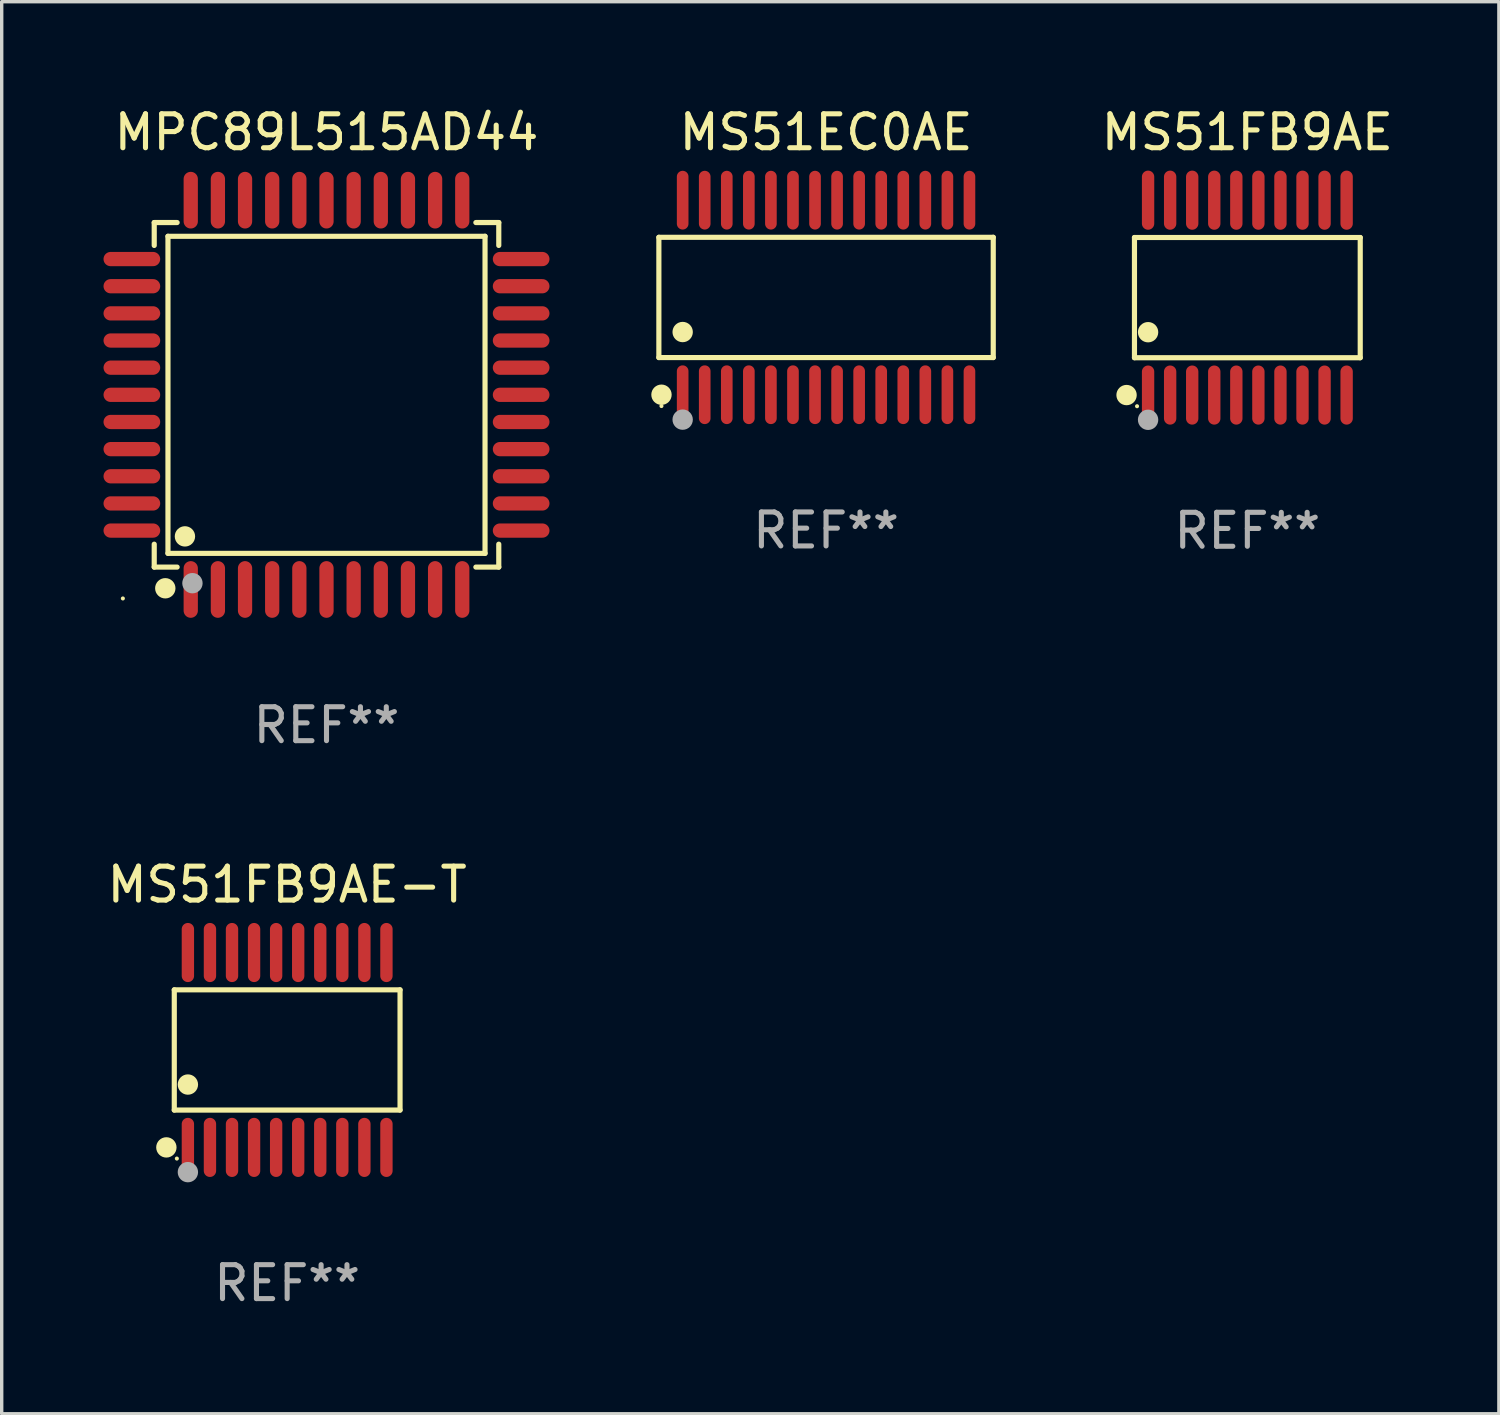
<source format=kicad_pcb>
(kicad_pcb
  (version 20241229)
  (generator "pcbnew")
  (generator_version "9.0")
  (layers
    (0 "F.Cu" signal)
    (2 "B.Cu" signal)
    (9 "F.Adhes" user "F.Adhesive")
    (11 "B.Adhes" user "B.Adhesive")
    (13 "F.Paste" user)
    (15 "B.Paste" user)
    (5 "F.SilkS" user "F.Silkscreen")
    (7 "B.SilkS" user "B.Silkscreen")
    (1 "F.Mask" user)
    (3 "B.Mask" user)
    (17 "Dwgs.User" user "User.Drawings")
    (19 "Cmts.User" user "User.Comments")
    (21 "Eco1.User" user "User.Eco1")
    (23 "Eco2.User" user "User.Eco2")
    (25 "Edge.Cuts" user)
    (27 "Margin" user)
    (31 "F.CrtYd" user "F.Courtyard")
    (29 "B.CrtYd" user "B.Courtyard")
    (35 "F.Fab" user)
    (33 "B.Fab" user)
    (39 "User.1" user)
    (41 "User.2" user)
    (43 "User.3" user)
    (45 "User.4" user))
  (footprint "MS51EC0AE"
    (layer "F.Cu")
    (at 21.289 5.714)
    (property "Reference" "MS51EC0AE" (at 0 -4.866 0) (layer "F.SilkS") (effects (font (size 1 1) (thickness 0.15))))
    (attr through_hole)
    (fp_line (start -4.926 -1.772) (end 4.926 -1.772) (stroke (width 0.152) (type solid)) (layer "F.SilkS"))
    (fp_line (start -4.926 1.771) (end -4.926 -1.772) (stroke (width 0.152) (type solid)) (layer "F.SilkS"))
    (fp_line (start 4.926 -1.772) (end 4.926 1.771) (stroke (width 0.152) (type solid)) (layer "F.SilkS"))
    (fp_line (start 4.926 1.771) (end -4.926 1.771) (stroke (width 0.152) (type solid)) (layer "F.SilkS"))
    (fp_circle (center -4.85 3.2) (end -4.82 3.2) (stroke (width 0.06) (type solid)) (fill no) (layer "F.SilkS"))
    (fp_circle (center -4.849 2.866) (end -4.699 2.866) (stroke (width 0.3) (type solid)) (fill no) (layer "F.SilkS"))
    (fp_circle (center -4.225 1.019) (end -4.075 1.019) (stroke (width 0.3) (type solid)) (fill no) (layer "F.SilkS"))
    (fp_circle (center -4.225 3.6) (end -4.075 3.6) (stroke (width 0.3) (type solid)) (fill no) (layer "F.Fab"))
    (fp_text user "REF**" (at 0 6.866 0) (layer "F.Fab") (effects (font (size 1 1) (thickness 0.15))))
    (pad "1" smd oval (at -4.225 2.866) (size 0.343 1.731) (layers "F.Cu" "F.Mask" "F.Paste"))
    (pad "2" smd oval (at -3.575 2.866) (size 0.343 1.731) (layers "F.Cu" "F.Mask" "F.Paste"))
    (pad "3" smd oval (at -2.925 2.866) (size 0.343 1.731) (layers "F.Cu" "F.Mask" "F.Paste"))
    (pad "4" smd oval (at -2.275 2.866) (size 0.343 1.731) (layers "F.Cu" "F.Mask" "F.Paste"))
    (pad "5" smd oval (at -1.625 2.866) (size 0.343 1.731) (layers "F.Cu" "F.Mask" "F.Paste"))
    (pad "6" smd oval (at -0.975 2.866) (size 0.343 1.731) (layers "F.Cu" "F.Mask" "F.Paste"))
    (pad "7" smd oval (at -0.325 2.866) (size 0.343 1.731) (layers "F.Cu" "F.Mask" "F.Paste"))
    (pad "8" smd oval (at 0.325 2.866) (size 0.343 1.731) (layers "F.Cu" "F.Mask" "F.Paste"))
    (pad "9" smd oval (at 0.975 2.866) (size 0.343 1.731) (layers "F.Cu" "F.Mask" "F.Paste"))
    (pad "10" smd oval (at 1.625 2.866) (size 0.343 1.731) (layers "F.Cu" "F.Mask" "F.Paste"))
    (pad "11" smd oval (at 2.275 2.866) (size 0.343 1.731) (layers "F.Cu" "F.Mask" "F.Paste"))
    (pad "12" smd oval (at 2.925 2.866) (size 0.343 1.731) (layers "F.Cu" "F.Mask" "F.Paste"))
    (pad "13" smd oval (at 3.575 2.866) (size 0.343 1.731) (layers "F.Cu" "F.Mask" "F.Paste"))
    (pad "14" smd oval (at 4.225 2.866) (size 0.343 1.731) (layers "F.Cu" "F.Mask" "F.Paste"))
    (pad "15" smd oval (at 4.225 -2.866) (size 0.343 1.731) (layers "F.Cu" "F.Mask" "F.Paste"))
    (pad "16" smd oval (at 3.575 -2.866) (size 0.343 1.731) (layers "F.Cu" "F.Mask" "F.Paste"))
    (pad "17" smd oval (at 2.925 -2.866) (size 0.343 1.731) (layers "F.Cu" "F.Mask" "F.Paste"))
    (pad "18" smd oval (at 2.275 -2.866) (size 0.343 1.731) (layers "F.Cu" "F.Mask" "F.Paste"))
    (pad "19" smd oval (at 1.625 -2.866) (size 0.343 1.731) (layers "F.Cu" "F.Mask" "F.Paste"))
    (pad "20" smd oval (at 0.975 -2.866) (size 0.343 1.731) (layers "F.Cu" "F.Mask" "F.Paste"))
    (pad "21" smd oval (at 0.325 -2.866) (size 0.343 1.731) (layers "F.Cu" "F.Mask" "F.Paste"))
    (pad "22" smd oval (at -0.325 -2.866) (size 0.343 1.731) (layers "F.Cu" "F.Mask" "F.Paste"))
    (pad "23" smd oval (at -0.975 -2.866) (size 0.343 1.731) (layers "F.Cu" "F.Mask" "F.Paste"))
    (pad "24" smd oval (at -1.625 -2.866) (size 0.343 1.731) (layers "F.Cu" "F.Mask" "F.Paste"))
    (pad "25" smd oval (at -2.275 -2.866) (size 0.343 1.731) (layers "F.Cu" "F.Mask" "F.Paste"))
    (pad "26" smd oval (at -2.925 -2.866) (size 0.343 1.731) (layers "F.Cu" "F.Mask" "F.Paste"))
    (pad "27" smd oval (at -3.575 -2.866) (size 0.343 1.731) (layers "F.Cu" "F.Mask" "F.Paste"))
    (pad "28" smd oval (at -4.225 -2.866) (size 0.343 1.731) (layers "F.Cu" "F.Mask" "F.Paste")))
  (footprint "MPC89L515AD44"
    (layer "F.Cu")
    (at 6.57 8.583)
    (property "Reference" "MPC89L515AD44" (at 0 -7.735 0) (layer "F.SilkS") (effects (font (size 1 1) (thickness 0.15))))
    (attr through_hole)
    (fp_line (start -5.076 -5.076) (end -4.401 -5.076) (stroke (width 0.152) (type solid)) (layer "F.SilkS"))
    (fp_line (start -5.076 -4.401) (end -5.076 -5.076) (stroke (width 0.152) (type solid)) (layer "F.SilkS"))
    (fp_line (start -5.076 4.401) (end -5.076 5.076) (stroke (width 0.152) (type solid)) (layer "F.SilkS"))
    (fp_line (start -5.076 5.076) (end -4.401 5.076) (stroke (width 0.152) (type solid)) (layer "F.SilkS"))
    (fp_line (start -4.671 -4.671) (end 4.671 -4.671) (stroke (width 0.152) (type solid)) (layer "F.SilkS"))
    (fp_line (start -4.671 4.671) (end -4.671 -4.671) (stroke (width 0.152) (type solid)) (layer "F.SilkS"))
    (fp_line (start 4.671 -4.671) (end 4.671 4.671) (stroke (width 0.152) (type solid)) (layer "F.SilkS"))
    (fp_line (start 4.671 4.671) (end -4.671 4.671) (stroke (width 0.152) (type solid)) (layer "F.SilkS"))
    (fp_line (start 5.076 -5.076) (end 4.401 -5.076) (stroke (width 0.152) (type solid)) (layer "F.SilkS"))
    (fp_line (start 5.076 -4.401) (end 5.076 -5.076) (stroke (width 0.152) (type solid)) (layer "F.SilkS"))
    (fp_line (start 5.076 4.401) (end 5.076 5.076) (stroke (width 0.152) (type solid)) (layer "F.SilkS"))
    (fp_line (start 5.076 5.076) (end 4.401 5.076) (stroke (width 0.152) (type solid)) (layer "F.SilkS"))
    (fp_circle (center -6 6) (end -5.97 6) (stroke (width 0.06) (type solid)) (fill no) (layer "F.SilkS"))
    (fp_circle (center -4.75 5.7) (end -4.6 5.7) (stroke (width 0.3) (type solid)) (fill no) (layer "F.SilkS"))
    (fp_circle (center -4.171 4.171) (end -4.021 4.171) (stroke (width 0.3) (type solid)) (fill no) (layer "F.SilkS"))
    (fp_circle (center -3.95 5.55) (end -3.8 5.55) (stroke (width 0.3) (type solid)) (fill no) (layer "F.Fab"))
    (fp_text user "REF**" (at 0 9.735 0) (layer "F.Fab") (effects (font (size 1 1) (thickness 0.15))))
    (pad "1" smd oval (at -4 5.735) (size 0.42 1.67) (layers "F.Cu" "F.Mask" "F.Paste"))
    (pad "2" smd oval (at -3.2 5.735) (size 0.42 1.67) (layers "F.Cu" "F.Mask" "F.Paste"))
    (pad "3" smd oval (at -2.4 5.735) (size 0.42 1.67) (layers "F.Cu" "F.Mask" "F.Paste"))
    (pad "4" smd oval (at -1.6 5.735) (size 0.42 1.67) (layers "F.Cu" "F.Mask" "F.Paste"))
    (pad "5" smd oval (at -0.8 5.735) (size 0.42 1.67) (layers "F.Cu" "F.Mask" "F.Paste"))
    (pad "6" smd oval (at 0 5.735) (size 0.42 1.67) (layers "F.Cu" "F.Mask" "F.Paste"))
    (pad "7" smd oval (at 0.8 5.735) (size 0.42 1.67) (layers "F.Cu" "F.Mask" "F.Paste"))
    (pad "8" smd oval (at 1.6 5.735) (size 0.42 1.67) (layers "F.Cu" "F.Mask" "F.Paste"))
    (pad "9" smd oval (at 2.4 5.735) (size 0.42 1.67) (layers "F.Cu" "F.Mask" "F.Paste"))
    (pad "10" smd oval (at 3.2 5.735) (size 0.42 1.67) (layers "F.Cu" "F.Mask" "F.Paste"))
    (pad "11" smd oval (at 4 5.735) (size 0.42 1.67) (layers "F.Cu" "F.Mask" "F.Paste"))
    (pad "12" smd oval (at 5.735 4) (size 1.67 0.42) (layers "F.Cu" "F.Mask" "F.Paste"))
    (pad "13" smd oval (at 5.735 3.2) (size 1.67 0.42) (layers "F.Cu" "F.Mask" "F.Paste"))
    (pad "14" smd oval (at 5.735 2.4) (size 1.67 0.42) (layers "F.Cu" "F.Mask" "F.Paste"))
    (pad "15" smd oval (at 5.735 1.6) (size 1.67 0.42) (layers "F.Cu" "F.Mask" "F.Paste"))
    (pad "16" smd oval (at 5.735 0.8) (size 1.67 0.42) (layers "F.Cu" "F.Mask" "F.Paste"))
    (pad "17" smd oval (at 5.735 0) (size 1.67 0.42) (layers "F.Cu" "F.Mask" "F.Paste"))
    (pad "18" smd oval (at 5.735 -0.8) (size 1.67 0.42) (layers "F.Cu" "F.Mask" "F.Paste"))
    (pad "19" smd oval (at 5.735 -1.6) (size 1.67 0.42) (layers "F.Cu" "F.Mask" "F.Paste"))
    (pad "20" smd oval (at 5.735 -2.4) (size 1.67 0.42) (layers "F.Cu" "F.Mask" "F.Paste"))
    (pad "21" smd oval (at 5.735 -3.2) (size 1.67 0.42) (layers "F.Cu" "F.Mask" "F.Paste"))
    (pad "22" smd oval (at 5.735 -4) (size 1.67 0.42) (layers "F.Cu" "F.Mask" "F.Paste"))
    (pad "23" smd oval (at 4 -5.735) (size 0.42 1.67) (layers "F.Cu" "F.Mask" "F.Paste"))
    (pad "24" smd oval (at 3.2 -5.735) (size 0.42 1.67) (layers "F.Cu" "F.Mask" "F.Paste"))
    (pad "25" smd oval (at 2.4 -5.735) (size 0.42 1.67) (layers "F.Cu" "F.Mask" "F.Paste"))
    (pad "26" smd oval (at 1.6 -5.735) (size 0.42 1.67) (layers "F.Cu" "F.Mask" "F.Paste"))
    (pad "27" smd oval (at 0.8 -5.735) (size 0.42 1.67) (layers "F.Cu" "F.Mask" "F.Paste"))
    (pad "28" smd oval (at 0 -5.735) (size 0.42 1.67) (layers "F.Cu" "F.Mask" "F.Paste"))
    (pad "29" smd oval (at -0.8 -5.735) (size 0.42 1.67) (layers "F.Cu" "F.Mask" "F.Paste"))
    (pad "30" smd oval (at -1.6 -5.735) (size 0.42 1.67) (layers "F.Cu" "F.Mask" "F.Paste"))
    (pad "31" smd oval (at -2.4 -5.735) (size 0.42 1.67) (layers "F.Cu" "F.Mask" "F.Paste"))
    (pad "32" smd oval (at -3.2 -5.735) (size 0.42 1.67) (layers "F.Cu" "F.Mask" "F.Paste"))
    (pad "33" smd oval (at -4 -5.735) (size 0.42 1.67) (layers "F.Cu" "F.Mask" "F.Paste"))
    (pad "34" smd oval (at -5.735 -4) (size 1.67 0.42) (layers "F.Cu" "F.Mask" "F.Paste"))
    (pad "35" smd oval (at -5.735 -3.2) (size 1.67 0.42) (layers "F.Cu" "F.Mask" "F.Paste"))
    (pad "36" smd oval (at -5.735 -2.4) (size 1.67 0.42) (layers "F.Cu" "F.Mask" "F.Paste"))
    (pad "37" smd oval (at -5.735 -1.6) (size 1.67 0.42) (layers "F.Cu" "F.Mask" "F.Paste"))
    (pad "38" smd oval (at -5.735 -0.8) (size 1.67 0.42) (layers "F.Cu" "F.Mask" "F.Paste"))
    (pad "39" smd oval (at -5.735 0) (size 1.67 0.42) (layers "F.Cu" "F.Mask" "F.Paste"))
    (pad "40" smd oval (at -5.735 0.8) (size 1.67 0.42) (layers "F.Cu" "F.Mask" "F.Paste"))
    (pad "41" smd oval (at -5.735 1.6) (size 1.67 0.42) (layers "F.Cu" "F.Mask" "F.Paste"))
    (pad "42" smd oval (at -5.735 2.4) (size 1.67 0.42) (layers "F.Cu" "F.Mask" "F.Paste"))
    (pad "43" smd oval (at -5.735 3.2) (size 1.67 0.42) (layers "F.Cu" "F.Mask" "F.Paste"))
    (pad "44" smd oval (at -5.735 4) (size 1.67 0.42) (layers "F.Cu" "F.Mask" "F.Paste")))
  (footprint "MS51FB9AE"
    (layer "F.Cu")
    (at 33.702 5.719)
    (property "Reference" "MS51FB9AE" (at 0 -4.871 0) (layer "F.SilkS") (effects (font (size 1 1) (thickness 0.15))))
    (attr through_hole)
    (fp_line (start -3.326 -1.771) (end 3.326 -1.771) (stroke (width 0.152) (type solid)) (layer "F.SilkS"))
    (fp_line (start -3.326 1.771) (end -3.326 -1.771) (stroke (width 0.152) (type solid)) (layer "F.SilkS"))
    (fp_line (start 3.326 -1.771) (end 3.326 1.771) (stroke (width 0.152) (type solid)) (layer "F.SilkS"))
    (fp_line (start 3.326 1.771) (end -3.326 1.771) (stroke (width 0.152) (type solid)) (layer "F.SilkS"))
    (fp_circle (center -3.559 2.871) (end -3.409 2.871) (stroke (width 0.3) (type solid)) (fill no) (layer "F.SilkS"))
    (fp_circle (center -3.25 3.2) (end -3.22 3.2) (stroke (width 0.06) (type solid)) (fill no) (layer "F.SilkS"))
    (fp_circle (center -2.925 1.019) (end -2.775 1.019) (stroke (width 0.3) (type solid)) (fill no) (layer "F.SilkS"))
    (fp_circle (center -2.925 3.6) (end -2.775 3.6) (stroke (width 0.3) (type solid)) (fill no) (layer "F.Fab"))
    (fp_text user "REF**" (at 0 6.871 0) (layer "F.Fab") (effects (font (size 1 1) (thickness 0.15))))
    (pad "1" smd oval (at -2.925 2.871) (size 0.364 1.742) (layers "F.Cu" "F.Mask" "F.Paste"))
    (pad "2" smd oval (at -2.275 2.871) (size 0.364 1.742) (layers "F.Cu" "F.Mask" "F.Paste"))
    (pad "3" smd oval (at -1.625 2.871) (size 0.364 1.742) (layers "F.Cu" "F.Mask" "F.Paste"))
    (pad "4" smd oval (at -0.975 2.871) (size 0.364 1.742) (layers "F.Cu" "F.Mask" "F.Paste"))
    (pad "5" smd oval (at -0.325 2.871) (size 0.364 1.742) (layers "F.Cu" "F.Mask" "F.Paste"))
    (pad "6" smd oval (at 0.325 2.871) (size 0.364 1.742) (layers "F.Cu" "F.Mask" "F.Paste"))
    (pad "7" smd oval (at 0.975 2.871) (size 0.364 1.742) (layers "F.Cu" "F.Mask" "F.Paste"))
    (pad "8" smd oval (at 1.625 2.871) (size 0.364 1.742) (layers "F.Cu" "F.Mask" "F.Paste"))
    (pad "9" smd oval (at 2.275 2.871) (size 0.364 1.742) (layers "F.Cu" "F.Mask" "F.Paste"))
    (pad "10" smd oval (at 2.925 2.871) (size 0.364 1.742) (layers "F.Cu" "F.Mask" "F.Paste"))
    (pad "11" smd oval (at 2.925 -2.871) (size 0.364 1.742) (layers "F.Cu" "F.Mask" "F.Paste"))
    (pad "12" smd oval (at 2.275 -2.871) (size 0.364 1.742) (layers "F.Cu" "F.Mask" "F.Paste"))
    (pad "13" smd oval (at 1.625 -2.871) (size 0.364 1.742) (layers "F.Cu" "F.Mask" "F.Paste"))
    (pad "14" smd oval (at 0.975 -2.871) (size 0.364 1.742) (layers "F.Cu" "F.Mask" "F.Paste"))
    (pad "15" smd oval (at 0.325 -2.871) (size 0.364 1.742) (layers "F.Cu" "F.Mask" "F.Paste"))
    (pad "16" smd oval (at -0.325 -2.871) (size 0.364 1.742) (layers "F.Cu" "F.Mask" "F.Paste"))
    (pad "17" smd oval (at -0.975 -2.871) (size 0.364 1.742) (layers "F.Cu" "F.Mask" "F.Paste"))
    (pad "18" smd oval (at -1.625 -2.871) (size 0.364 1.742) (layers "F.Cu" "F.Mask" "F.Paste"))
    (pad "19" smd oval (at -2.275 -2.871) (size 0.364 1.742) (layers "F.Cu" "F.Mask" "F.Paste"))
    (pad "20" smd oval (at -2.925 -2.871) (size 0.364 1.742) (layers "F.Cu" "F.Mask" "F.Paste")))
  (footprint "MS51FB9AE-T"
    (layer "F.Cu")
    (at 5.411 27.886)
    (property "Reference" "MS51FB9AE-T" (at 0 -4.871 0) (layer "F.SilkS") (effects (font (size 1 1) (thickness 0.15))))
    (attr through_hole)
    (fp_line (start -3.326 -1.771) (end 3.326 -1.771) (stroke (width 0.152) (type solid)) (layer "F.SilkS"))
    (fp_line (start -3.326 1.771) (end -3.326 -1.771) (stroke (width 0.152) (type solid)) (layer "F.SilkS"))
    (fp_line (start 3.326 -1.771) (end 3.326 1.771) (stroke (width 0.152) (type solid)) (layer "F.SilkS"))
    (fp_line (start 3.326 1.771) (end -3.326 1.771) (stroke (width 0.152) (type solid)) (layer "F.SilkS"))
    (fp_circle (center -3.559 2.871) (end -3.409 2.871) (stroke (width 0.3) (type solid)) (fill no) (layer "F.SilkS"))
    (fp_circle (center -3.25 3.2) (end -3.22 3.2) (stroke (width 0.06) (type solid)) (fill no) (layer "F.SilkS"))
    (fp_circle (center -2.925 1.019) (end -2.775 1.019) (stroke (width 0.3) (type solid)) (fill no) (layer "F.SilkS"))
    (fp_circle (center -2.925 3.6) (end -2.775 3.6) (stroke (width 0.3) (type solid)) (fill no) (layer "F.Fab"))
    (fp_text user "REF**" (at 0 6.871 0) (layer "F.Fab") (effects (font (size 1 1) (thickness 0.15))))
    (pad "1" smd oval (at -2.925 2.871) (size 0.364 1.742) (layers "F.Cu" "F.Mask" "F.Paste"))
    (pad "2" smd oval (at -2.275 2.871) (size 0.364 1.742) (layers "F.Cu" "F.Mask" "F.Paste"))
    (pad "3" smd oval (at -1.625 2.871) (size 0.364 1.742) (layers "F.Cu" "F.Mask" "F.Paste"))
    (pad "4" smd oval (at -0.975 2.871) (size 0.364 1.742) (layers "F.Cu" "F.Mask" "F.Paste"))
    (pad "5" smd oval (at -0.325 2.871) (size 0.364 1.742) (layers "F.Cu" "F.Mask" "F.Paste"))
    (pad "6" smd oval (at 0.325 2.871) (size 0.364 1.742) (layers "F.Cu" "F.Mask" "F.Paste"))
    (pad "7" smd oval (at 0.975 2.871) (size 0.364 1.742) (layers "F.Cu" "F.Mask" "F.Paste"))
    (pad "8" smd oval (at 1.625 2.871) (size 0.364 1.742) (layers "F.Cu" "F.Mask" "F.Paste"))
    (pad "9" smd oval (at 2.275 2.871) (size 0.364 1.742) (layers "F.Cu" "F.Mask" "F.Paste"))
    (pad "10" smd oval (at 2.925 2.871) (size 0.364 1.742) (layers "F.Cu" "F.Mask" "F.Paste"))
    (pad "11" smd oval (at 2.925 -2.871) (size 0.364 1.742) (layers "F.Cu" "F.Mask" "F.Paste"))
    (pad "12" smd oval (at 2.275 -2.871) (size 0.364 1.742) (layers "F.Cu" "F.Mask" "F.Paste"))
    (pad "13" smd oval (at 1.625 -2.871) (size 0.364 1.742) (layers "F.Cu" "F.Mask" "F.Paste"))
    (pad "14" smd oval (at 0.975 -2.871) (size 0.364 1.742) (layers "F.Cu" "F.Mask" "F.Paste"))
    (pad "15" smd oval (at 0.325 -2.871) (size 0.364 1.742) (layers "F.Cu" "F.Mask" "F.Paste"))
    (pad "16" smd oval (at -0.325 -2.871) (size 0.364 1.742) (layers "F.Cu" "F.Mask" "F.Paste"))
    (pad "17" smd oval (at -0.975 -2.871) (size 0.364 1.742) (layers "F.Cu" "F.Mask" "F.Paste"))
    (pad "18" smd oval (at -1.625 -2.871) (size 0.364 1.742) (layers "F.Cu" "F.Mask" "F.Paste"))
    (pad "19" smd oval (at -2.275 -2.871) (size 0.364 1.742) (layers "F.Cu" "F.Mask" "F.Paste"))
    (pad "20" smd oval (at -2.925 -2.871) (size 0.364 1.742) (layers "F.Cu" "F.Mask" "F.Paste")))
  (gr_rect
    (start -3 -3)
    (end 41.113 38.605)
    (stroke (width 0.1) (type default))
    (fill no)
    (layer "Edge.Cuts")))
</source>
